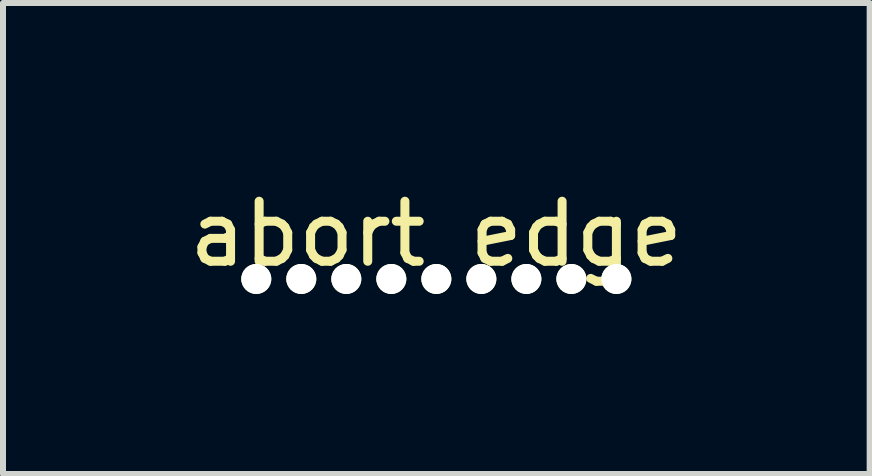
<source format=kicad_pcb>
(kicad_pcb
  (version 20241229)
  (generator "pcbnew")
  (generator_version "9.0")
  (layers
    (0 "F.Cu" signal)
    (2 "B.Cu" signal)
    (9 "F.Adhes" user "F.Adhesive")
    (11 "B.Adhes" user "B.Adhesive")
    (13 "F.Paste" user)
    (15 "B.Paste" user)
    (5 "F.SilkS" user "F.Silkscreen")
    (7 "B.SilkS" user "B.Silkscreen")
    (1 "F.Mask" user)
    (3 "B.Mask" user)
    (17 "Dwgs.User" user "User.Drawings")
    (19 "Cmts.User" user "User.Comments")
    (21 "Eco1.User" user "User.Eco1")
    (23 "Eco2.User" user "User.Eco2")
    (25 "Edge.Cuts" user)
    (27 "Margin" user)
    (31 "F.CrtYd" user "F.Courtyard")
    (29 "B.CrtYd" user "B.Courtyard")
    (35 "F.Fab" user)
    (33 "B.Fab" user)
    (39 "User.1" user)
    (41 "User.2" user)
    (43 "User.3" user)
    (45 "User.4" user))
  (footprint "abort edge"
    (layer "F.Cu")
    (at 4.22 0.348)
    (property "Reference" "abort edge" (at 0 0.5 0) (layer "F.SilkS") (effects (font (size 1 1) (thickness 0.15))))
    (attr through_hole)
    (pad "" np_thru_hole circle (at -3 1.25) (size 0.5 0.5) (drill 0.5) (layers "*.Cu" "*.Mask" "F.SilkS"))
    (pad "" np_thru_hole circle (at -2.25 1.25) (size 0.5 0.5) (drill 0.5) (layers "*.Cu" "*.Mask" "F.SilkS"))
    (pad "" np_thru_hole circle (at -1.5 1.25) (size 0.5 0.5) (drill 0.5) (layers "*.Cu" "*.Mask" "F.SilkS"))
    (pad "" np_thru_hole circle (at -0.75 1.25) (size 0.5 0.5) (drill 0.5) (layers "*.Cu" "*.Mask" "F.SilkS"))
    (pad "" np_thru_hole circle (at 0 1.25) (size 0.5 0.5) (drill 0.5) (layers "*.Cu" "*.Mask" "F.SilkS"))
    (pad "" np_thru_hole circle (at 0.75 1.25) (size 0.5 0.5) (drill 0.5) (layers "*.Cu" "*.Mask" "F.SilkS"))
    (pad "" np_thru_hole circle (at 1.5 1.25) (size 0.5 0.5) (drill 0.5) (layers "*.Cu" "*.Mask" "F.SilkS"))
    (pad "" np_thru_hole circle (at 2.25 1.25) (size 0.5 0.5) (drill 0.5) (layers "*.Cu" "*.Mask" "F.SilkS"))
    (pad "" np_thru_hole circle (at 3 1.25) (size 0.5 0.5) (drill 0.5) (layers "*.Cu" "*.Mask" "F.SilkS")))
  (gr_rect
    (start -3 -3)
    (end 11.44 4.848)
    (stroke (width 0.1) (type default))
    (fill no)
    (layer "Edge.Cuts")))
</source>
